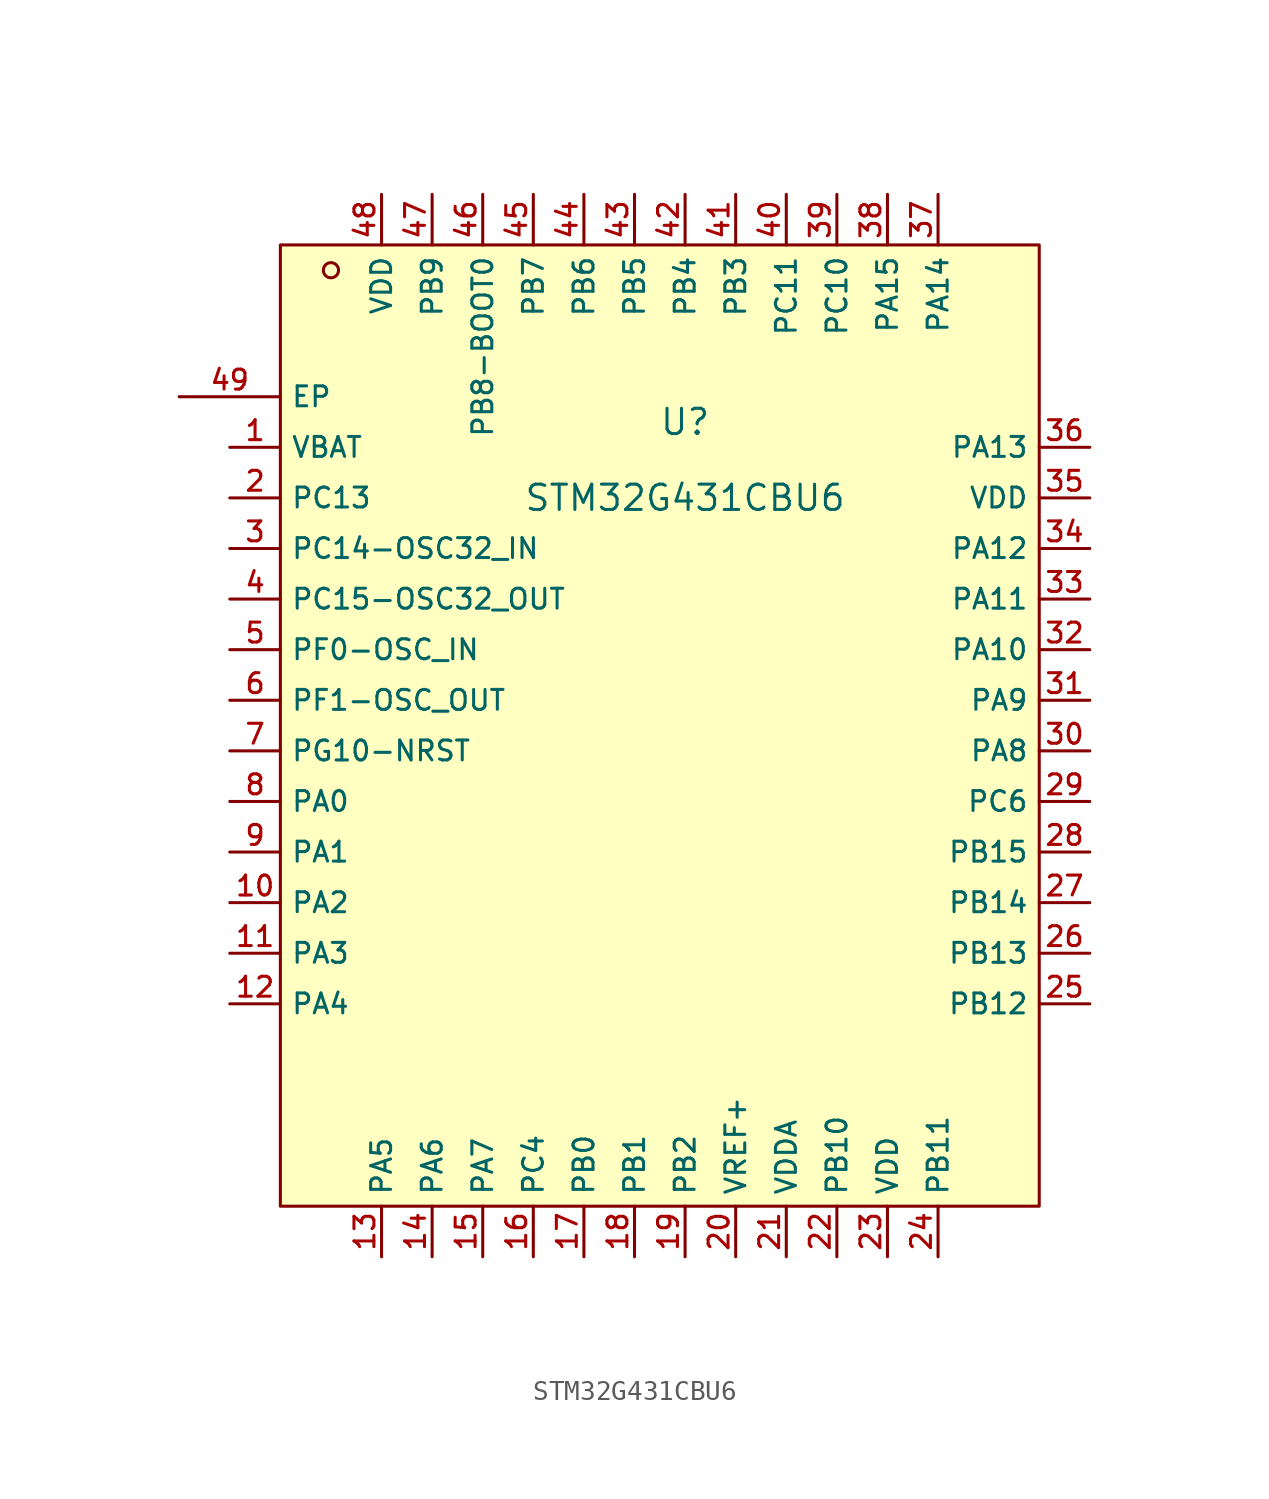
<source format=kicad_sym>
(kicad_symbol_lib
  (version 20210201)
  (generator TousstNicolas/JLC2KiCad_lib)
  (symbol "STM32G431CBU6"
    (property "Reference" "U"
      (at 0 1.27 0)
      (effects (font (size 1.27 1.27))))
    (property "Value" "STM32G431CBU6"
      (at 0 -2.54 0)
      (effects (font (size 1.27 1.27))))
    (symbol "STM32G431CBU6_0_1"
      (pin unspecified line (at -15.24 12.7 270) (length 2.54) (name "VDD" (effects (font (size 1 1)))) (number "48" (effects (font (size 1 1)))))
      (pin unspecified line (at -12.7 12.7 270) (length 2.54) (name "PB9" (effects (font (size 1 1)))) (number "47" (effects (font (size 1 1)))))
      (pin unspecified line (at -10.16 12.7 270) (length 2.54) (name "PB8-BOOT0" (effects (font (size 1 1)))) (number "46" (effects (font (size 1 1)))))
      (pin unspecified line (at -7.62 12.7 270) (length 2.54) (name "PB7" (effects (font (size 1 1)))) (number "45" (effects (font (size 1 1)))))
      (pin unspecified line (at -5.08 12.7 270) (length 2.54) (name "PB6" (effects (font (size 1 1)))) (number "44" (effects (font (size 1 1)))))
      (pin unspecified line (at -2.54 12.7 270) (length 2.54) (name "PB5" (effects (font (size 1 1)))) (number "43" (effects (font (size 1 1)))))
      (pin unspecified line (at 0.0 12.7 270) (length 2.54) (name "PB4" (effects (font (size 1 1)))) (number "42" (effects (font (size 1 1)))))
      (pin unspecified line (at 2.54 12.7 270) (length 2.54) (name "PB3" (effects (font (size 1 1)))) (number "41" (effects (font (size 1 1)))))
      (pin unspecified line (at 5.08 12.7 270) (length 2.54) (name "PC11" (effects (font (size 1 1)))) (number "40" (effects (font (size 1 1)))))
      (pin unspecified line (at 7.62 12.7 270) (length 2.54) (name "PC10" (effects (font (size 1 1)))) (number "39" (effects (font (size 1 1)))))
      (pin unspecified line (at 10.16 12.7 270) (length 2.54) (name "PA15" (effects (font (size 1 1)))) (number "38" (effects (font (size 1 1)))))
      (pin unspecified line (at 12.7 12.7 270) (length 2.54) (name "PA14" (effects (font (size 1 1)))) (number "37" (effects (font (size 1 1)))))
      (pin unspecified line (at 20.32 0.0 180) (length 2.54) (name "PA13" (effects (font (size 1 1)))) (number "36" (effects (font (size 1 1)))))
      (pin unspecified line (at 20.32 -2.54 180) (length 2.54) (name "VDD" (effects (font (size 1 1)))) (number "35" (effects (font (size 1 1)))))
      (pin unspecified line (at 20.32 -5.08 180) (length 2.54) (name "PA12" (effects (font (size 1 1)))) (number "34" (effects (font (size 1 1)))))
      (pin unspecified line (at 20.32 -7.62 180) (length 2.54) (name "PA11" (effects (font (size 1 1)))) (number "33" (effects (font (size 1 1)))))
      (pin unspecified line (at 20.32 -10.16 180) (length 2.54) (name "PA10" (effects (font (size 1 1)))) (number "32" (effects (font (size 1 1)))))
      (pin unspecified line (at 20.32 -12.7 180) (length 2.54) (name "PA9" (effects (font (size 1 1)))) (number "31" (effects (font (size 1 1)))))
      (pin unspecified line (at 20.32 -15.24 180) (length 2.54) (name "PA8" (effects (font (size 1 1)))) (number "30" (effects (font (size 1 1)))))
      (pin unspecified line (at 20.32 -17.78 180) (length 2.54) (name "PC6" (effects (font (size 1 1)))) (number "29" (effects (font (size 1 1)))))
      (pin unspecified line (at 20.32 -20.32 180) (length 2.54) (name "PB15" (effects (font (size 1 1)))) (number "28" (effects (font (size 1 1)))))
      (pin unspecified line (at 20.32 -22.86 180) (length 2.54) (name "PB14" (effects (font (size 1 1)))) (number "27" (effects (font (size 1 1)))))
      (pin unspecified line (at 20.32 -25.4 180) (length 2.54) (name "PB13" (effects (font (size 1 1)))) (number "26" (effects (font (size 1 1)))))
      (pin unspecified line (at 20.32 -27.94 180) (length 2.54) (name "PB12" (effects (font (size 1 1)))) (number "25" (effects (font (size 1 1)))))
      (pin unspecified line (at 12.7 -40.64 90) (length 2.54) (name "PB11" (effects (font (size 1 1)))) (number "24" (effects (font (size 1 1)))))
      (pin unspecified line (at 10.16 -40.64 90) (length 2.54) (name "VDD" (effects (font (size 1 1)))) (number "23" (effects (font (size 1 1)))))
      (pin unspecified line (at 7.62 -40.64 90) (length 2.54) (name "PB10" (effects (font (size 1 1)))) (number "22" (effects (font (size 1 1)))))
      (pin unspecified line (at 5.08 -40.64 90) (length 2.54) (name "VDDA" (effects (font (size 1 1)))) (number "21" (effects (font (size 1 1)))))
      (pin unspecified line (at 2.54 -40.64 90) (length 2.54) (name "VREF+" (effects (font (size 1 1)))) (number "20" (effects (font (size 1 1)))))
      (pin unspecified line (at 0.0 -40.64 90) (length 2.54) (name "PB2" (effects (font (size 1 1)))) (number "19" (effects (font (size 1 1)))))
      (pin unspecified line (at -2.54 -40.64 90) (length 2.54) (name "PB1" (effects (font (size 1 1)))) (number "18" (effects (font (size 1 1)))))
      (pin unspecified line (at -5.08 -40.64 90) (length 2.54) (name "PB0" (effects (font (size 1 1)))) (number "17" (effects (font (size 1 1)))))
      (pin unspecified line (at -7.62 -40.64 90) (length 2.54) (name "PC4" (effects (font (size 1 1)))) (number "16" (effects (font (size 1 1)))))
      (pin unspecified line (at -10.16 -40.64 90) (length 2.54) (name "PA7" (effects (font (size 1 1)))) (number "15" (effects (font (size 1 1)))))
      (pin unspecified line (at -12.7 -40.64 90) (length 2.54) (name "PA6" (effects (font (size 1 1)))) (number "14" (effects (font (size 1 1)))))
      (pin unspecified line (at -15.24 -40.64 90) (length 2.54) (name "PA5" (effects (font (size 1 1)))) (number "13" (effects (font (size 1 1)))))
      (pin unspecified line (at -22.86 -27.94 0) (length 2.54) (name "PA4" (effects (font (size 1 1)))) (number "12" (effects (font (size 1 1)))))
      (pin unspecified line (at -22.86 -25.4 0) (length 2.54) (name "PA3" (effects (font (size 1 1)))) (number "11" (effects (font (size 1 1)))))
      (pin unspecified line (at -22.86 -22.86 0) (length 2.54) (name "PA2" (effects (font (size 1 1)))) (number "10" (effects (font (size 1 1)))))
      (pin unspecified line (at -22.86 -20.32 0) (length 2.54) (name "PA1" (effects (font (size 1 1)))) (number "9" (effects (font (size 1 1)))))
      (pin unspecified line (at -22.86 -17.78 0) (length 2.54) (name "PA0" (effects (font (size 1 1)))) (number "8" (effects (font (size 1 1)))))
      (pin unspecified line (at -22.86 -15.24 0) (length 2.54) (name "PG10-NRST" (effects (font (size 1 1)))) (number "7" (effects (font (size 1 1)))))
      (pin unspecified line (at -22.86 -12.7 0) (length 2.54) (name "PF1-OSC_OUT" (effects (font (size 1 1)))) (number "6" (effects (font (size 1 1)))))
      (pin unspecified line (at -22.86 -10.16 0) (length 2.54) (name "PF0-OSC_IN" (effects (font (size 1 1)))) (number "5" (effects (font (size 1 1)))))
      (pin unspecified line (at -22.86 -7.62 0) (length 2.54) (name "PC15-OSC32_OUT" (effects (font (size 1 1)))) (number "4" (effects (font (size 1 1)))))
      (pin unspecified line (at -22.86 -5.08 0) (length 2.54) (name "PC14-OSC32_IN" (effects (font (size 1 1)))) (number "3" (effects (font (size 1 1)))))
      (pin unspecified line (at -22.86 -2.54 0) (length 2.54) (name "PC13" (effects (font (size 1 1)))) (number "2" (effects (font (size 1 1)))))
      (pin unspecified line (at -22.86 0.0 0) (length 2.54) (name "VBAT" (effects (font (size 1 1)))) (number "1" (effects (font (size 1 1)))))
      (circle (center -17.78 8.89) (radius 0.381) (stroke (width 0) (type default) (color 0 0 0 0)) (fill (type background)))
      (rectangle (start -20.32 10.16) (end 17.78 -38.1) (stroke (width 0) (type default) (color 0 0 0 0)) (fill (type background)))
      (pin unspecified line (at -25.4 2.54 0) (length 5.08) (name "EP" (effects (font (size 1 1)))) (number "49" (effects (font (size 1 1))))))))
</source>
